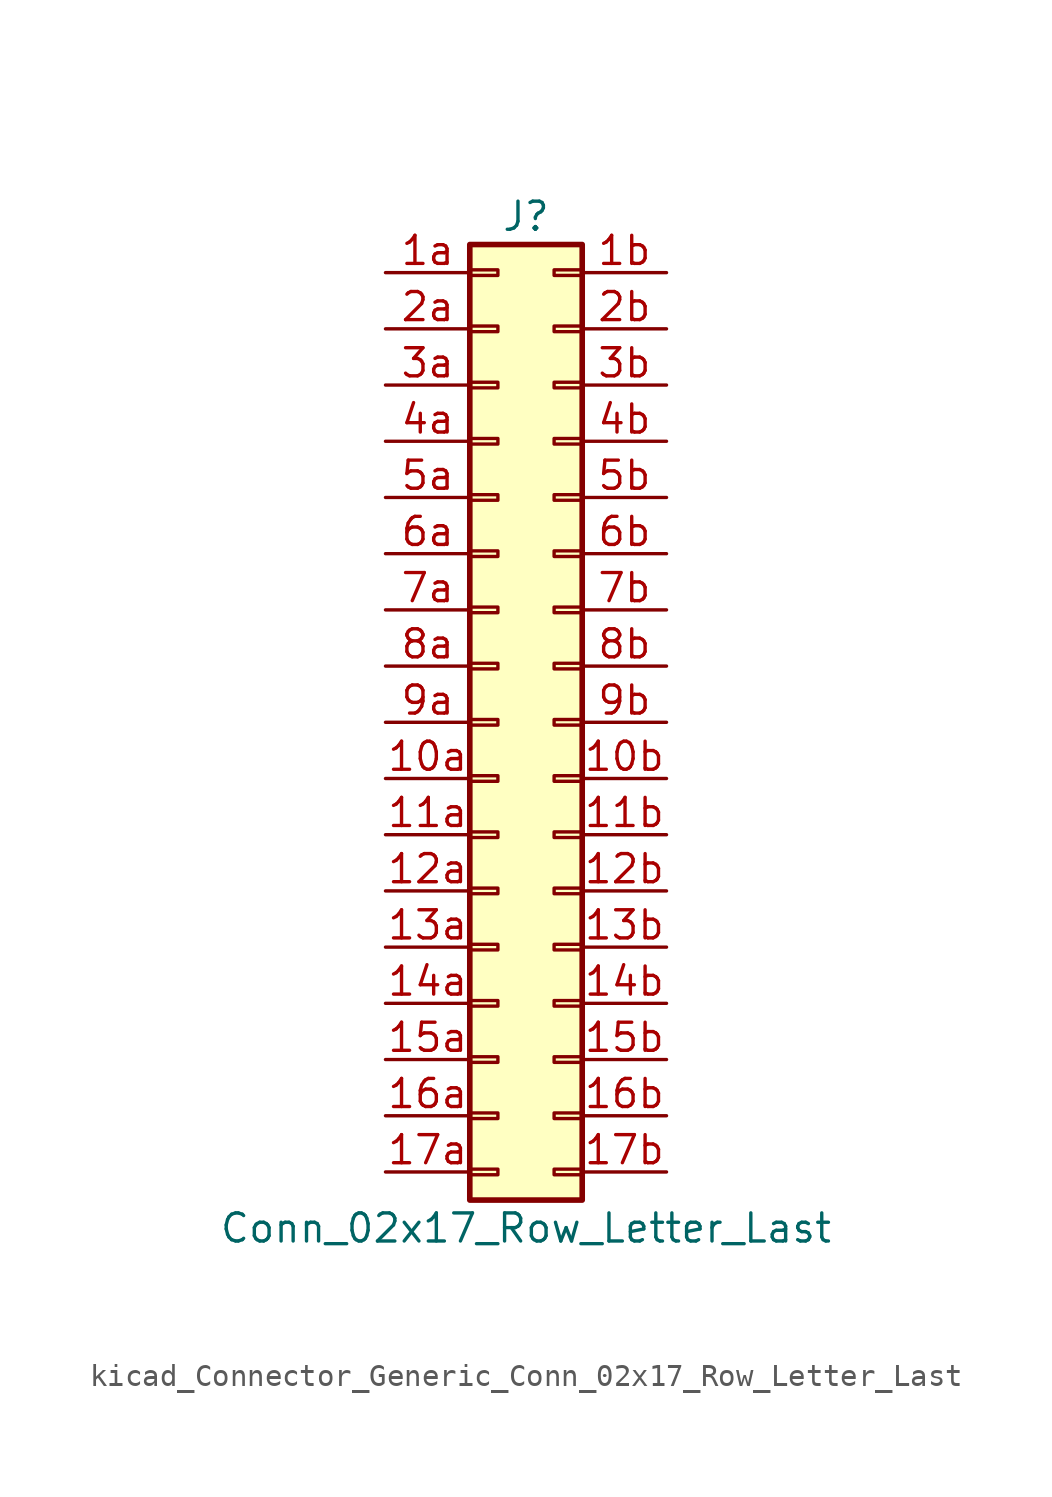
<source format=kicad_sym>
(kicad_symbol_lib
  (version 20220914)
  (generator kicad_symbol_editor)
  (symbol "kicad_Connector_Generic_Conn_02x17_Row_Letter_Last"
    (pin_names
      (offset 1.016) hide)
    (property "Reference" "J"
      (at 1.27 22.86 0)
      (effects (font (size 1.27 1.27))))
    (property "Value" "Conn_02x17_Row_Letter_Last"
      (at 1.27 -22.86 0)
      (effects (font (size 1.27 1.27))))
    (symbol "kicad_Connector_Generic_Conn_02x17_Row_Letter_Last_1_1"
      (rectangle (start -1.27 -20.193) (end 0 -20.447) (stroke (width 0.152) (type default)) (fill (type none)))
      (rectangle (start -1.27 -17.653) (end 0 -17.907) (stroke (width 0.152) (type default)) (fill (type none)))
      (rectangle (start -1.27 -15.113) (end 0 -15.367) (stroke (width 0.152) (type default)) (fill (type none)))
      (rectangle (start -1.27 -12.573) (end 0 -12.827) (stroke (width 0.152) (type default)) (fill (type none)))
      (rectangle (start -1.27 -10.033) (end 0 -10.287) (stroke (width 0.152) (type default)) (fill (type none)))
      (rectangle (start -1.27 -7.493) (end 0 -7.747) (stroke (width 0.152) (type default)) (fill (type none)))
      (rectangle (start -1.27 -4.953) (end 0 -5.207) (stroke (width 0.152) (type default)) (fill (type none)))
      (rectangle (start -1.27 -2.413) (end 0 -2.667) (stroke (width 0.152) (type default)) (fill (type none)))
      (rectangle (start -1.27 0.127) (end 0 -0.127) (stroke (width 0.152) (type default)) (fill (type none)))
      (rectangle (start -1.27 2.667) (end 0 2.413) (stroke (width 0.152) (type default)) (fill (type none)))
      (rectangle (start -1.27 5.207) (end 0 4.953) (stroke (width 0.152) (type default)) (fill (type none)))
      (rectangle (start -1.27 7.747) (end 0 7.493) (stroke (width 0.152) (type default)) (fill (type none)))
      (rectangle (start -1.27 10.287) (end 0 10.033) (stroke (width 0.152) (type default)) (fill (type none)))
      (rectangle (start -1.27 12.827) (end 0 12.573) (stroke (width 0.152) (type default)) (fill (type none)))
      (rectangle (start -1.27 15.367) (end 0 15.113) (stroke (width 0.152) (type default)) (fill (type none)))
      (rectangle (start -1.27 17.907) (end 0 17.653) (stroke (width 0.152) (type default)) (fill (type none)))
      (rectangle (start -1.27 20.447) (end 0 20.193) (stroke (width 0.152) (type default)) (fill (type none)))
      (rectangle (start -1.27 21.59) (end 3.81 -21.59) (stroke (width 0.254) (type default)) (fill (type background)))
      (rectangle (start 3.81 -20.193) (end 2.54 -20.447) (stroke (width 0.152) (type default)) (fill (type none)))
      (rectangle (start 3.81 -17.653) (end 2.54 -17.907) (stroke (width 0.152) (type default)) (fill (type none)))
      (rectangle (start 3.81 -15.113) (end 2.54 -15.367) (stroke (width 0.152) (type default)) (fill (type none)))
      (rectangle (start 3.81 -12.573) (end 2.54 -12.827) (stroke (width 0.152) (type default)) (fill (type none)))
      (rectangle (start 3.81 -10.033) (end 2.54 -10.287) (stroke (width 0.152) (type default)) (fill (type none)))
      (rectangle (start 3.81 -7.493) (end 2.54 -7.747) (stroke (width 0.152) (type default)) (fill (type none)))
      (rectangle (start 3.81 -4.953) (end 2.54 -5.207) (stroke (width 0.152) (type default)) (fill (type none)))
      (rectangle (start 3.81 -2.413) (end 2.54 -2.667) (stroke (width 0.152) (type default)) (fill (type none)))
      (rectangle (start 3.81 0.127) (end 2.54 -0.127) (stroke (width 0.152) (type default)) (fill (type none)))
      (rectangle (start 3.81 2.667) (end 2.54 2.413) (stroke (width 0.152) (type default)) (fill (type none)))
      (rectangle (start 3.81 5.207) (end 2.54 4.953) (stroke (width 0.152) (type default)) (fill (type none)))
      (rectangle (start 3.81 7.747) (end 2.54 7.493) (stroke (width 0.152) (type default)) (fill (type none)))
      (rectangle (start 3.81 10.287) (end 2.54 10.033) (stroke (width 0.152) (type default)) (fill (type none)))
      (rectangle (start 3.81 12.827) (end 2.54 12.573) (stroke (width 0.152) (type default)) (fill (type none)))
      (rectangle (start 3.81 15.367) (end 2.54 15.113) (stroke (width 0.152) (type default)) (fill (type none)))
      (rectangle (start 3.81 17.907) (end 2.54 17.653) (stroke (width 0.152) (type default)) (fill (type none)))
      (rectangle (start 3.81 20.447) (end 2.54 20.193) (stroke (width 0.152) (type default)) (fill (type none)))
      (pin passive line (at -5.08 -2.54 0) (length 3.81) (name "Pin_10a" (effects (font (size 1.27 1.27)))) (number "10a" (effects (font (size 1.27 1.27)))))
      (pin passive line (at 7.62 -2.54 180) (length 3.81) (name "Pin_10b" (effects (font (size 1.27 1.27)))) (number "10b" (effects (font (size 1.27 1.27)))))
      (pin passive line (at -5.08 -5.08 0) (length 3.81) (name "Pin_11a" (effects (font (size 1.27 1.27)))) (number "11a" (effects (font (size 1.27 1.27)))))
      (pin passive line (at 7.62 -5.08 180) (length 3.81) (name "Pin_11b" (effects (font (size 1.27 1.27)))) (number "11b" (effects (font (size 1.27 1.27)))))
      (pin passive line (at -5.08 -7.62 0) (length 3.81) (name "Pin_12a" (effects (font (size 1.27 1.27)))) (number "12a" (effects (font (size 1.27 1.27)))))
      (pin passive line (at 7.62 -7.62 180) (length 3.81) (name "Pin_12b" (effects (font (size 1.27 1.27)))) (number "12b" (effects (font (size 1.27 1.27)))))
      (pin passive line (at -5.08 -10.16 0) (length 3.81) (name "Pin_13a" (effects (font (size 1.27 1.27)))) (number "13a" (effects (font (size 1.27 1.27)))))
      (pin passive line (at 7.62 -10.16 180) (length 3.81) (name "Pin_13b" (effects (font (size 1.27 1.27)))) (number "13b" (effects (font (size 1.27 1.27)))))
      (pin passive line (at -5.08 -12.7 0) (length 3.81) (name "Pin_14a" (effects (font (size 1.27 1.27)))) (number "14a" (effects (font (size 1.27 1.27)))))
      (pin passive line (at 7.62 -12.7 180) (length 3.81) (name "Pin_14b" (effects (font (size 1.27 1.27)))) (number "14b" (effects (font (size 1.27 1.27)))))
      (pin passive line (at -5.08 -15.24 0) (length 3.81) (name "Pin_15a" (effects (font (size 1.27 1.27)))) (number "15a" (effects (font (size 1.27 1.27)))))
      (pin passive line (at 7.62 -15.24 180) (length 3.81) (name "Pin_15b" (effects (font (size 1.27 1.27)))) (number "15b" (effects (font (size 1.27 1.27)))))
      (pin passive line (at -5.08 -17.78 0) (length 3.81) (name "Pin_16a" (effects (font (size 1.27 1.27)))) (number "16a" (effects (font (size 1.27 1.27)))))
      (pin passive line (at 7.62 -17.78 180) (length 3.81) (name "Pin_16b" (effects (font (size 1.27 1.27)))) (number "16b" (effects (font (size 1.27 1.27)))))
      (pin passive line (at -5.08 -20.32 0) (length 3.81) (name "Pin_17a" (effects (font (size 1.27 1.27)))) (number "17a" (effects (font (size 1.27 1.27)))))
      (pin passive line (at 7.62 -20.32 180) (length 3.81) (name "Pin_17b" (effects (font (size 1.27 1.27)))) (number "17b" (effects (font (size 1.27 1.27)))))
      (pin passive line (at -5.08 20.32 0) (length 3.81) (name "Pin_1a" (effects (font (size 1.27 1.27)))) (number "1a" (effects (font (size 1.27 1.27)))))
      (pin passive line (at 7.62 20.32 180) (length 3.81) (name "Pin_1b" (effects (font (size 1.27 1.27)))) (number "1b" (effects (font (size 1.27 1.27)))))
      (pin passive line (at -5.08 17.78 0) (length 3.81) (name "Pin_2a" (effects (font (size 1.27 1.27)))) (number "2a" (effects (font (size 1.27 1.27)))))
      (pin passive line (at 7.62 17.78 180) (length 3.81) (name "Pin_2b" (effects (font (size 1.27 1.27)))) (number "2b" (effects (font (size 1.27 1.27)))))
      (pin passive line (at -5.08 15.24 0) (length 3.81) (name "Pin_3a" (effects (font (size 1.27 1.27)))) (number "3a" (effects (font (size 1.27 1.27)))))
      (pin passive line (at 7.62 15.24 180) (length 3.81) (name "Pin_3b" (effects (font (size 1.27 1.27)))) (number "3b" (effects (font (size 1.27 1.27)))))
      (pin passive line (at -5.08 12.7 0) (length 3.81) (name "Pin_4a" (effects (font (size 1.27 1.27)))) (number "4a" (effects (font (size 1.27 1.27)))))
      (pin passive line (at 7.62 12.7 180) (length 3.81) (name "Pin_4b" (effects (font (size 1.27 1.27)))) (number "4b" (effects (font (size 1.27 1.27)))))
      (pin passive line (at -5.08 10.16 0) (length 3.81) (name "Pin_5a" (effects (font (size 1.27 1.27)))) (number "5a" (effects (font (size 1.27 1.27)))))
      (pin passive line (at 7.62 10.16 180) (length 3.81) (name "Pin_5b" (effects (font (size 1.27 1.27)))) (number "5b" (effects (font (size 1.27 1.27)))))
      (pin passive line (at -5.08 7.62 0) (length 3.81) (name "Pin_6a" (effects (font (size 1.27 1.27)))) (number "6a" (effects (font (size 1.27 1.27)))))
      (pin passive line (at 7.62 7.62 180) (length 3.81) (name "Pin_6b" (effects (font (size 1.27 1.27)))) (number "6b" (effects (font (size 1.27 1.27)))))
      (pin passive line (at -5.08 5.08 0) (length 3.81) (name "Pin_7a" (effects (font (size 1.27 1.27)))) (number "7a" (effects (font (size 1.27 1.27)))))
      (pin passive line (at 7.62 5.08 180) (length 3.81) (name "Pin_7b" (effects (font (size 1.27 1.27)))) (number "7b" (effects (font (size 1.27 1.27)))))
      (pin passive line (at -5.08 2.54 0) (length 3.81) (name "Pin_8a" (effects (font (size 1.27 1.27)))) (number "8a" (effects (font (size 1.27 1.27)))))
      (pin passive line (at 7.62 2.54 180) (length 3.81) (name "Pin_8b" (effects (font (size 1.27 1.27)))) (number "8b" (effects (font (size 1.27 1.27)))))
      (pin passive line (at -5.08 0 0) (length 3.81) (name "Pin_9a" (effects (font (size 1.27 1.27)))) (number "9a" (effects (font (size 1.27 1.27)))))
      (pin passive line (at 7.62 0 180) (length 3.81) (name "Pin_9b" (effects (font (size 1.27 1.27)))) (number "9b" (effects (font (size 1.27 1.27))))))))
</source>
